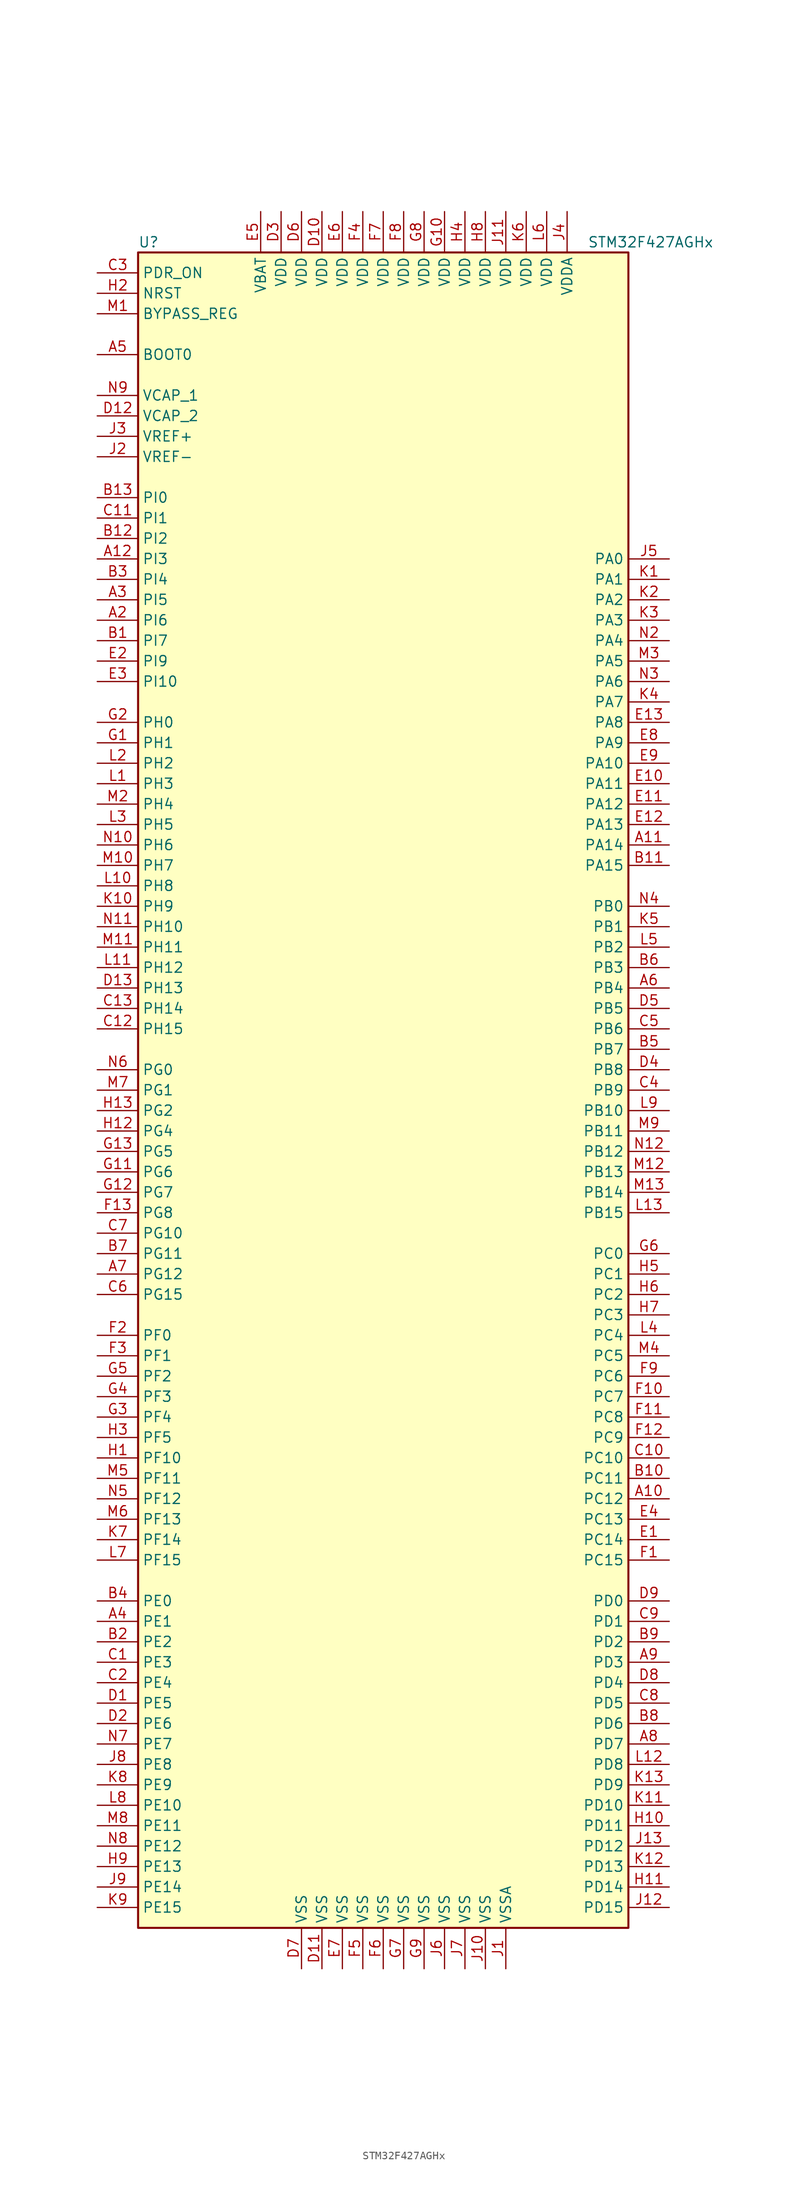
<source format=kicad_sym>
(kicad_symbol_lib
  (version 20201005)
  (generator kicad_symbol_editor)
  (symbol "MCU_ST_STM32F4:STM32F427AGHx"
    (property "Reference" "U"
      (at -30.48 105.41 0)
      (effects (font (size 1.27 1.27)) (justify left)))
    (property "Value" "STM32F427AGHx"
      (at 25.4 105.41 0)
      (effects (font (size 1.27 1.27)) (justify left)))
    (symbol "STM32F427AGHx_0_1"
      (rectangle (start -30.48 -104.14) (end 30.48 104.14) (stroke (width 0.254)) (fill (type background))))
    (symbol "STM32F427AGHx_1_1"
      (pin input line (at -35.56 91.44 0) (length 5.08) (name "BOOT0" (effects (font (size 1.27 1.27)))) (number "A5" (effects (font (size 1.27 1.27)))))
      (pin input line (at -35.56 96.52 0) (length 5.08) (name "BYPASS_REG" (effects (font (size 1.27 1.27)))) (number "M1" (effects (font (size 1.27 1.27)))))
      (pin no_connect line (at -30.48 -101.6 0) (length 5.08) hide (name "NC" (effects (font (size 1.27 1.27)))) (number "A1" (effects (font (size 1.27 1.27)))))
      (pin no_connect line (at -30.48 -99.06 0) (length 5.08) hide (name "NC" (effects (font (size 1.27 1.27)))) (number "A13" (effects (font (size 1.27 1.27)))))
      (pin no_connect line (at -30.48 -96.52 0) (length 5.08) hide (name "NC" (effects (font (size 1.27 1.27)))) (number "N1" (effects (font (size 1.27 1.27)))))
      (pin no_connect line (at -30.48 -93.98 0) (length 5.08) hide (name "NC" (effects (font (size 1.27 1.27)))) (number "N13" (effects (font (size 1.27 1.27)))))
      (pin input line (at -35.56 99.06 0) (length 5.08) (name "NRST" (effects (font (size 1.27 1.27)))) (number "H2" (effects (font (size 1.27 1.27)))))
      (pin bidirectional line (at 35.56 66.04 180) (length 5.08) (name "PA0" (effects (font (size 1.27 1.27)))) (number "J5" (effects (font (size 1.27 1.27)))))
      (pin bidirectional line (at 35.56 63.5 180) (length 5.08) (name "PA1" (effects (font (size 1.27 1.27)))) (number "K1" (effects (font (size 1.27 1.27)))))
      (pin bidirectional line (at 35.56 40.64 180) (length 5.08) (name "PA10" (effects (font (size 1.27 1.27)))) (number "E9" (effects (font (size 1.27 1.27)))))
      (pin bidirectional line (at 35.56 38.1 180) (length 5.08) (name "PA11" (effects (font (size 1.27 1.27)))) (number "E10" (effects (font (size 1.27 1.27)))))
      (pin bidirectional line (at 35.56 35.56 180) (length 5.08) (name "PA12" (effects (font (size 1.27 1.27)))) (number "E11" (effects (font (size 1.27 1.27)))))
      (pin bidirectional line (at 35.56 33.02 180) (length 5.08) (name "PA13" (effects (font (size 1.27 1.27)))) (number "E12" (effects (font (size 1.27 1.27)))))
      (pin bidirectional line (at 35.56 30.48 180) (length 5.08) (name "PA14" (effects (font (size 1.27 1.27)))) (number "A11" (effects (font (size 1.27 1.27)))))
      (pin bidirectional line (at 35.56 27.94 180) (length 5.08) (name "PA15" (effects (font (size 1.27 1.27)))) (number "B11" (effects (font (size 1.27 1.27)))))
      (pin bidirectional line (at 35.56 60.96 180) (length 5.08) (name "PA2" (effects (font (size 1.27 1.27)))) (number "K2" (effects (font (size 1.27 1.27)))))
      (pin bidirectional line (at 35.56 58.42 180) (length 5.08) (name "PA3" (effects (font (size 1.27 1.27)))) (number "K3" (effects (font (size 1.27 1.27)))))
      (pin bidirectional line (at 35.56 55.88 180) (length 5.08) (name "PA4" (effects (font (size 1.27 1.27)))) (number "N2" (effects (font (size 1.27 1.27)))))
      (pin bidirectional line (at 35.56 53.34 180) (length 5.08) (name "PA5" (effects (font (size 1.27 1.27)))) (number "M3" (effects (font (size 1.27 1.27)))))
      (pin bidirectional line (at 35.56 50.8 180) (length 5.08) (name "PA6" (effects (font (size 1.27 1.27)))) (number "N3" (effects (font (size 1.27 1.27)))))
      (pin bidirectional line (at 35.56 48.26 180) (length 5.08) (name "PA7" (effects (font (size 1.27 1.27)))) (number "K4" (effects (font (size 1.27 1.27)))))
      (pin bidirectional line (at 35.56 45.72 180) (length 5.08) (name "PA8" (effects (font (size 1.27 1.27)))) (number "E13" (effects (font (size 1.27 1.27)))))
      (pin bidirectional line (at 35.56 43.18 180) (length 5.08) (name "PA9" (effects (font (size 1.27 1.27)))) (number "E8" (effects (font (size 1.27 1.27)))))
      (pin bidirectional line (at 35.56 22.86 180) (length 5.08) (name "PB0" (effects (font (size 1.27 1.27)))) (number "N4" (effects (font (size 1.27 1.27)))))
      (pin bidirectional line (at 35.56 20.32 180) (length 5.08) (name "PB1" (effects (font (size 1.27 1.27)))) (number "K5" (effects (font (size 1.27 1.27)))))
      (pin bidirectional line (at 35.56 -2.54 180) (length 5.08) (name "PB10" (effects (font (size 1.27 1.27)))) (number "L9" (effects (font (size 1.27 1.27)))))
      (pin bidirectional line (at 35.56 -5.08 180) (length 5.08) (name "PB11" (effects (font (size 1.27 1.27)))) (number "M9" (effects (font (size 1.27 1.27)))))
      (pin bidirectional line (at 35.56 -7.62 180) (length 5.08) (name "PB12" (effects (font (size 1.27 1.27)))) (number "N12" (effects (font (size 1.27 1.27)))))
      (pin bidirectional line (at 35.56 -10.16 180) (length 5.08) (name "PB13" (effects (font (size 1.27 1.27)))) (number "M12" (effects (font (size 1.27 1.27)))))
      (pin bidirectional line (at 35.56 -12.7 180) (length 5.08) (name "PB14" (effects (font (size 1.27 1.27)))) (number "M13" (effects (font (size 1.27 1.27)))))
      (pin bidirectional line (at 35.56 -15.24 180) (length 5.08) (name "PB15" (effects (font (size 1.27 1.27)))) (number "L13" (effects (font (size 1.27 1.27)))))
      (pin bidirectional line (at 35.56 17.78 180) (length 5.08) (name "PB2" (effects (font (size 1.27 1.27)))) (number "L5" (effects (font (size 1.27 1.27)))))
      (pin bidirectional line (at 35.56 15.24 180) (length 5.08) (name "PB3" (effects (font (size 1.27 1.27)))) (number "B6" (effects (font (size 1.27 1.27)))))
      (pin bidirectional line (at 35.56 12.7 180) (length 5.08) (name "PB4" (effects (font (size 1.27 1.27)))) (number "A6" (effects (font (size 1.27 1.27)))))
      (pin bidirectional line (at 35.56 10.16 180) (length 5.08) (name "PB5" (effects (font (size 1.27 1.27)))) (number "D5" (effects (font (size 1.27 1.27)))))
      (pin bidirectional line (at 35.56 7.62 180) (length 5.08) (name "PB6" (effects (font (size 1.27 1.27)))) (number "C5" (effects (font (size 1.27 1.27)))))
      (pin bidirectional line (at 35.56 5.08 180) (length 5.08) (name "PB7" (effects (font (size 1.27 1.27)))) (number "B5" (effects (font (size 1.27 1.27)))))
      (pin bidirectional line (at 35.56 2.54 180) (length 5.08) (name "PB8" (effects (font (size 1.27 1.27)))) (number "D4" (effects (font (size 1.27 1.27)))))
      (pin bidirectional line (at 35.56 0 180) (length 5.08) (name "PB9" (effects (font (size 1.27 1.27)))) (number "C4" (effects (font (size 1.27 1.27)))))
      (pin bidirectional line (at 35.56 -20.32 180) (length 5.08) (name "PC0" (effects (font (size 1.27 1.27)))) (number "G6" (effects (font (size 1.27 1.27)))))
      (pin bidirectional line (at 35.56 -22.86 180) (length 5.08) (name "PC1" (effects (font (size 1.27 1.27)))) (number "H5" (effects (font (size 1.27 1.27)))))
      (pin bidirectional line (at 35.56 -45.72 180) (length 5.08) (name "PC10" (effects (font (size 1.27 1.27)))) (number "C10" (effects (font (size 1.27 1.27)))))
      (pin bidirectional line (at 35.56 -48.26 180) (length 5.08) (name "PC11" (effects (font (size 1.27 1.27)))) (number "B10" (effects (font (size 1.27 1.27)))))
      (pin bidirectional line (at 35.56 -50.8 180) (length 5.08) (name "PC12" (effects (font (size 1.27 1.27)))) (number "A10" (effects (font (size 1.27 1.27)))))
      (pin bidirectional line (at 35.56 -53.34 180) (length 5.08) (name "PC13" (effects (font (size 1.27 1.27)))) (number "E4" (effects (font (size 1.27 1.27)))))
      (pin bidirectional line (at 35.56 -55.88 180) (length 5.08) (name "PC14" (effects (font (size 1.27 1.27)))) (number "E1" (effects (font (size 1.27 1.27)))))
      (pin bidirectional line (at 35.56 -58.42 180) (length 5.08) (name "PC15" (effects (font (size 1.27 1.27)))) (number "F1" (effects (font (size 1.27 1.27)))))
      (pin bidirectional line (at 35.56 -25.4 180) (length 5.08) (name "PC2" (effects (font (size 1.27 1.27)))) (number "H6" (effects (font (size 1.27 1.27)))))
      (pin bidirectional line (at 35.56 -27.94 180) (length 5.08) (name "PC3" (effects (font (size 1.27 1.27)))) (number "H7" (effects (font (size 1.27 1.27)))))
      (pin bidirectional line (at 35.56 -30.48 180) (length 5.08) (name "PC4" (effects (font (size 1.27 1.27)))) (number "L4" (effects (font (size 1.27 1.27)))))
      (pin bidirectional line (at 35.56 -33.02 180) (length 5.08) (name "PC5" (effects (font (size 1.27 1.27)))) (number "M4" (effects (font (size 1.27 1.27)))))
      (pin bidirectional line (at 35.56 -35.56 180) (length 5.08) (name "PC6" (effects (font (size 1.27 1.27)))) (number "F9" (effects (font (size 1.27 1.27)))))
      (pin bidirectional line (at 35.56 -38.1 180) (length 5.08) (name "PC7" (effects (font (size 1.27 1.27)))) (number "F10" (effects (font (size 1.27 1.27)))))
      (pin bidirectional line (at 35.56 -40.64 180) (length 5.08) (name "PC8" (effects (font (size 1.27 1.27)))) (number "F11" (effects (font (size 1.27 1.27)))))
      (pin bidirectional line (at 35.56 -43.18 180) (length 5.08) (name "PC9" (effects (font (size 1.27 1.27)))) (number "F12" (effects (font (size 1.27 1.27)))))
      (pin bidirectional line (at 35.56 -63.5 180) (length 5.08) (name "PD0" (effects (font (size 1.27 1.27)))) (number "D9" (effects (font (size 1.27 1.27)))))
      (pin bidirectional line (at 35.56 -66.04 180) (length 5.08) (name "PD1" (effects (font (size 1.27 1.27)))) (number "C9" (effects (font (size 1.27 1.27)))))
      (pin bidirectional line (at 35.56 -88.9 180) (length 5.08) (name "PD10" (effects (font (size 1.27 1.27)))) (number "K11" (effects (font (size 1.27 1.27)))))
      (pin bidirectional line (at 35.56 -91.44 180) (length 5.08) (name "PD11" (effects (font (size 1.27 1.27)))) (number "H10" (effects (font (size 1.27 1.27)))))
      (pin bidirectional line (at 35.56 -93.98 180) (length 5.08) (name "PD12" (effects (font (size 1.27 1.27)))) (number "J13" (effects (font (size 1.27 1.27)))))
      (pin bidirectional line (at 35.56 -96.52 180) (length 5.08) (name "PD13" (effects (font (size 1.27 1.27)))) (number "K12" (effects (font (size 1.27 1.27)))))
      (pin bidirectional line (at 35.56 -99.06 180) (length 5.08) (name "PD14" (effects (font (size 1.27 1.27)))) (number "H11" (effects (font (size 1.27 1.27)))))
      (pin bidirectional line (at 35.56 -101.6 180) (length 5.08) (name "PD15" (effects (font (size 1.27 1.27)))) (number "J12" (effects (font (size 1.27 1.27)))))
      (pin bidirectional line (at 35.56 -68.58 180) (length 5.08) (name "PD2" (effects (font (size 1.27 1.27)))) (number "B9" (effects (font (size 1.27 1.27)))))
      (pin bidirectional line (at 35.56 -71.12 180) (length 5.08) (name "PD3" (effects (font (size 1.27 1.27)))) (number "A9" (effects (font (size 1.27 1.27)))))
      (pin bidirectional line (at 35.56 -73.66 180) (length 5.08) (name "PD4" (effects (font (size 1.27 1.27)))) (number "D8" (effects (font (size 1.27 1.27)))))
      (pin bidirectional line (at 35.56 -76.2 180) (length 5.08) (name "PD5" (effects (font (size 1.27 1.27)))) (number "C8" (effects (font (size 1.27 1.27)))))
      (pin bidirectional line (at 35.56 -78.74 180) (length 5.08) (name "PD6" (effects (font (size 1.27 1.27)))) (number "B8" (effects (font (size 1.27 1.27)))))
      (pin bidirectional line (at 35.56 -81.28 180) (length 5.08) (name "PD7" (effects (font (size 1.27 1.27)))) (number "A8" (effects (font (size 1.27 1.27)))))
      (pin bidirectional line (at 35.56 -83.82 180) (length 5.08) (name "PD8" (effects (font (size 1.27 1.27)))) (number "L12" (effects (font (size 1.27 1.27)))))
      (pin bidirectional line (at 35.56 -86.36 180) (length 5.08) (name "PD9" (effects (font (size 1.27 1.27)))) (number "K13" (effects (font (size 1.27 1.27)))))
      (pin input line (at -35.56 101.6 0) (length 5.08) (name "PDR_ON" (effects (font (size 1.27 1.27)))) (number "C3" (effects (font (size 1.27 1.27)))))
      (pin bidirectional line (at -35.56 -63.5 0) (length 5.08) (name "PE0" (effects (font (size 1.27 1.27)))) (number "B4" (effects (font (size 1.27 1.27)))))
      (pin bidirectional line (at -35.56 -66.04 0) (length 5.08) (name "PE1" (effects (font (size 1.27 1.27)))) (number "A4" (effects (font (size 1.27 1.27)))))
      (pin bidirectional line (at -35.56 -88.9 0) (length 5.08) (name "PE10" (effects (font (size 1.27 1.27)))) (number "L8" (effects (font (size 1.27 1.27)))))
      (pin bidirectional line (at -35.56 -91.44 0) (length 5.08) (name "PE11" (effects (font (size 1.27 1.27)))) (number "M8" (effects (font (size 1.27 1.27)))))
      (pin bidirectional line (at -35.56 -93.98 0) (length 5.08) (name "PE12" (effects (font (size 1.27 1.27)))) (number "N8" (effects (font (size 1.27 1.27)))))
      (pin bidirectional line (at -35.56 -96.52 0) (length 5.08) (name "PE13" (effects (font (size 1.27 1.27)))) (number "H9" (effects (font (size 1.27 1.27)))))
      (pin bidirectional line (at -35.56 -99.06 0) (length 5.08) (name "PE14" (effects (font (size 1.27 1.27)))) (number "J9" (effects (font (size 1.27 1.27)))))
      (pin bidirectional line (at -35.56 -101.6 0) (length 5.08) (name "PE15" (effects (font (size 1.27 1.27)))) (number "K9" (effects (font (size 1.27 1.27)))))
      (pin bidirectional line (at -35.56 -68.58 0) (length 5.08) (name "PE2" (effects (font (size 1.27 1.27)))) (number "B2" (effects (font (size 1.27 1.27)))))
      (pin bidirectional line (at -35.56 -71.12 0) (length 5.08) (name "PE3" (effects (font (size 1.27 1.27)))) (number "C1" (effects (font (size 1.27 1.27)))))
      (pin bidirectional line (at -35.56 -73.66 0) (length 5.08) (name "PE4" (effects (font (size 1.27 1.27)))) (number "C2" (effects (font (size 1.27 1.27)))))
      (pin bidirectional line (at -35.56 -76.2 0) (length 5.08) (name "PE5" (effects (font (size 1.27 1.27)))) (number "D1" (effects (font (size 1.27 1.27)))))
      (pin bidirectional line (at -35.56 -78.74 0) (length 5.08) (name "PE6" (effects (font (size 1.27 1.27)))) (number "D2" (effects (font (size 1.27 1.27)))))
      (pin bidirectional line (at -35.56 -81.28 0) (length 5.08) (name "PE7" (effects (font (size 1.27 1.27)))) (number "N7" (effects (font (size 1.27 1.27)))))
      (pin bidirectional line (at -35.56 -83.82 0) (length 5.08) (name "PE8" (effects (font (size 1.27 1.27)))) (number "J8" (effects (font (size 1.27 1.27)))))
      (pin bidirectional line (at -35.56 -86.36 0) (length 5.08) (name "PE9" (effects (font (size 1.27 1.27)))) (number "K8" (effects (font (size 1.27 1.27)))))
      (pin bidirectional line (at -35.56 -30.48 0) (length 5.08) (name "PF0" (effects (font (size 1.27 1.27)))) (number "F2" (effects (font (size 1.27 1.27)))))
      (pin bidirectional line (at -35.56 -33.02 0) (length 5.08) (name "PF1" (effects (font (size 1.27 1.27)))) (number "F3" (effects (font (size 1.27 1.27)))))
      (pin bidirectional line (at -35.56 -45.72 0) (length 5.08) (name "PF10" (effects (font (size 1.27 1.27)))) (number "H1" (effects (font (size 1.27 1.27)))))
      (pin bidirectional line (at -35.56 -48.26 0) (length 5.08) (name "PF11" (effects (font (size 1.27 1.27)))) (number "M5" (effects (font (size 1.27 1.27)))))
      (pin bidirectional line (at -35.56 -50.8 0) (length 5.08) (name "PF12" (effects (font (size 1.27 1.27)))) (number "N5" (effects (font (size 1.27 1.27)))))
      (pin bidirectional line (at -35.56 -53.34 0) (length 5.08) (name "PF13" (effects (font (size 1.27 1.27)))) (number "M6" (effects (font (size 1.27 1.27)))))
      (pin bidirectional line (at -35.56 -55.88 0) (length 5.08) (name "PF14" (effects (font (size 1.27 1.27)))) (number "K7" (effects (font (size 1.27 1.27)))))
      (pin bidirectional line (at -35.56 -58.42 0) (length 5.08) (name "PF15" (effects (font (size 1.27 1.27)))) (number "L7" (effects (font (size 1.27 1.27)))))
      (pin bidirectional line (at -35.56 -35.56 0) (length 5.08) (name "PF2" (effects (font (size 1.27 1.27)))) (number "G5" (effects (font (size 1.27 1.27)))))
      (pin bidirectional line (at -35.56 -38.1 0) (length 5.08) (name "PF3" (effects (font (size 1.27 1.27)))) (number "G4" (effects (font (size 1.27 1.27)))))
      (pin bidirectional line (at -35.56 -40.64 0) (length 5.08) (name "PF4" (effects (font (size 1.27 1.27)))) (number "G3" (effects (font (size 1.27 1.27)))))
      (pin bidirectional line (at -35.56 -43.18 0) (length 5.08) (name "PF5" (effects (font (size 1.27 1.27)))) (number "H3" (effects (font (size 1.27 1.27)))))
      (pin bidirectional line (at -35.56 2.54 0) (length 5.08) (name "PG0" (effects (font (size 1.27 1.27)))) (number "N6" (effects (font (size 1.27 1.27)))))
      (pin bidirectional line (at -35.56 0 0) (length 5.08) (name "PG1" (effects (font (size 1.27 1.27)))) (number "M7" (effects (font (size 1.27 1.27)))))
      (pin bidirectional line (at -35.56 -17.78 0) (length 5.08) (name "PG10" (effects (font (size 1.27 1.27)))) (number "C7" (effects (font (size 1.27 1.27)))))
      (pin bidirectional line (at -35.56 -20.32 0) (length 5.08) (name "PG11" (effects (font (size 1.27 1.27)))) (number "B7" (effects (font (size 1.27 1.27)))))
      (pin bidirectional line (at -35.56 -22.86 0) (length 5.08) (name "PG12" (effects (font (size 1.27 1.27)))) (number "A7" (effects (font (size 1.27 1.27)))))
      (pin bidirectional line (at -35.56 -25.4 0) (length 5.08) (name "PG15" (effects (font (size 1.27 1.27)))) (number "C6" (effects (font (size 1.27 1.27)))))
      (pin bidirectional line (at -35.56 -2.54 0) (length 5.08) (name "PG2" (effects (font (size 1.27 1.27)))) (number "H13" (effects (font (size 1.27 1.27)))))
      (pin bidirectional line (at -35.56 -5.08 0) (length 5.08) (name "PG4" (effects (font (size 1.27 1.27)))) (number "H12" (effects (font (size 1.27 1.27)))))
      (pin bidirectional line (at -35.56 -7.62 0) (length 5.08) (name "PG5" (effects (font (size 1.27 1.27)))) (number "G13" (effects (font (size 1.27 1.27)))))
      (pin bidirectional line (at -35.56 -10.16 0) (length 5.08) (name "PG6" (effects (font (size 1.27 1.27)))) (number "G11" (effects (font (size 1.27 1.27)))))
      (pin bidirectional line (at -35.56 -12.7 0) (length 5.08) (name "PG7" (effects (font (size 1.27 1.27)))) (number "G12" (effects (font (size 1.27 1.27)))))
      (pin bidirectional line (at -35.56 -15.24 0) (length 5.08) (name "PG8" (effects (font (size 1.27 1.27)))) (number "F13" (effects (font (size 1.27 1.27)))))
      (pin input line (at -35.56 45.72 0) (length 5.08) (name "PH0" (effects (font (size 1.27 1.27)))) (number "G2" (effects (font (size 1.27 1.27)))))
      (pin input line (at -35.56 43.18 0) (length 5.08) (name "PH1" (effects (font (size 1.27 1.27)))) (number "G1" (effects (font (size 1.27 1.27)))))
      (pin bidirectional line (at -35.56 20.32 0) (length 5.08) (name "PH10" (effects (font (size 1.27 1.27)))) (number "N11" (effects (font (size 1.27 1.27)))))
      (pin bidirectional line (at -35.56 17.78 0) (length 5.08) (name "PH11" (effects (font (size 1.27 1.27)))) (number "M11" (effects (font (size 1.27 1.27)))))
      (pin bidirectional line (at -35.56 15.24 0) (length 5.08) (name "PH12" (effects (font (size 1.27 1.27)))) (number "L11" (effects (font (size 1.27 1.27)))))
      (pin bidirectional line (at -35.56 12.7 0) (length 5.08) (name "PH13" (effects (font (size 1.27 1.27)))) (number "D13" (effects (font (size 1.27 1.27)))))
      (pin bidirectional line (at -35.56 10.16 0) (length 5.08) (name "PH14" (effects (font (size 1.27 1.27)))) (number "C13" (effects (font (size 1.27 1.27)))))
      (pin bidirectional line (at -35.56 7.62 0) (length 5.08) (name "PH15" (effects (font (size 1.27 1.27)))) (number "C12" (effects (font (size 1.27 1.27)))))
      (pin bidirectional line (at -35.56 40.64 0) (length 5.08) (name "PH2" (effects (font (size 1.27 1.27)))) (number "L2" (effects (font (size 1.27 1.27)))))
      (pin bidirectional line (at -35.56 38.1 0) (length 5.08) (name "PH3" (effects (font (size 1.27 1.27)))) (number "L1" (effects (font (size 1.27 1.27)))))
      (pin bidirectional line (at -35.56 35.56 0) (length 5.08) (name "PH4" (effects (font (size 1.27 1.27)))) (number "M2" (effects (font (size 1.27 1.27)))))
      (pin bidirectional line (at -35.56 33.02 0) (length 5.08) (name "PH5" (effects (font (size 1.27 1.27)))) (number "L3" (effects (font (size 1.27 1.27)))))
      (pin bidirectional line (at -35.56 30.48 0) (length 5.08) (name "PH6" (effects (font (size 1.27 1.27)))) (number "N10" (effects (font (size 1.27 1.27)))))
      (pin bidirectional line (at -35.56 27.94 0) (length 5.08) (name "PH7" (effects (font (size 1.27 1.27)))) (number "M10" (effects (font (size 1.27 1.27)))))
      (pin bidirectional line (at -35.56 25.4 0) (length 5.08) (name "PH8" (effects (font (size 1.27 1.27)))) (number "L10" (effects (font (size 1.27 1.27)))))
      (pin bidirectional line (at -35.56 22.86 0) (length 5.08) (name "PH9" (effects (font (size 1.27 1.27)))) (number "K10" (effects (font (size 1.27 1.27)))))
      (pin bidirectional line (at -35.56 73.66 0) (length 5.08) (name "PI0" (effects (font (size 1.27 1.27)))) (number "B13" (effects (font (size 1.27 1.27)))))
      (pin bidirectional line (at -35.56 71.12 0) (length 5.08) (name "PI1" (effects (font (size 1.27 1.27)))) (number "C11" (effects (font (size 1.27 1.27)))))
      (pin bidirectional line (at -35.56 50.8 0) (length 5.08) (name "PI10" (effects (font (size 1.27 1.27)))) (number "E3" (effects (font (size 1.27 1.27)))))
      (pin bidirectional line (at -35.56 68.58 0) (length 5.08) (name "PI2" (effects (font (size 1.27 1.27)))) (number "B12" (effects (font (size 1.27 1.27)))))
      (pin bidirectional line (at -35.56 66.04 0) (length 5.08) (name "PI3" (effects (font (size 1.27 1.27)))) (number "A12" (effects (font (size 1.27 1.27)))))
      (pin bidirectional line (at -35.56 63.5 0) (length 5.08) (name "PI4" (effects (font (size 1.27 1.27)))) (number "B3" (effects (font (size 1.27 1.27)))))
      (pin bidirectional line (at -35.56 60.96 0) (length 5.08) (name "PI5" (effects (font (size 1.27 1.27)))) (number "A3" (effects (font (size 1.27 1.27)))))
      (pin bidirectional line (at -35.56 58.42 0) (length 5.08) (name "PI6" (effects (font (size 1.27 1.27)))) (number "A2" (effects (font (size 1.27 1.27)))))
      (pin bidirectional line (at -35.56 55.88 0) (length 5.08) (name "PI7" (effects (font (size 1.27 1.27)))) (number "B1" (effects (font (size 1.27 1.27)))))
      (pin bidirectional line (at -35.56 53.34 0) (length 5.08) (name "PI9" (effects (font (size 1.27 1.27)))) (number "E2" (effects (font (size 1.27 1.27)))))
      (pin power_in line (at -15.24 109.22 270) (length 5.08) (name "VBAT" (effects (font (size 1.27 1.27)))) (number "E5" (effects (font (size 1.27 1.27)))))
      (pin power_in line (at -35.56 86.36 0) (length 5.08) (name "VCAP_1" (effects (font (size 1.27 1.27)))) (number "N9" (effects (font (size 1.27 1.27)))))
      (pin power_in line (at -35.56 83.82 0) (length 5.08) (name "VCAP_2" (effects (font (size 1.27 1.27)))) (number "D12" (effects (font (size 1.27 1.27)))))
      (pin power_in line (at -7.62 109.22 270) (length 5.08) (name "VDD" (effects (font (size 1.27 1.27)))) (number "D10" (effects (font (size 1.27 1.27)))))
      (pin power_in line (at -12.7 109.22 270) (length 5.08) (name "VDD" (effects (font (size 1.27 1.27)))) (number "D3" (effects (font (size 1.27 1.27)))))
      (pin power_in line (at -10.16 109.22 270) (length 5.08) (name "VDD" (effects (font (size 1.27 1.27)))) (number "D6" (effects (font (size 1.27 1.27)))))
      (pin power_in line (at -5.08 109.22 270) (length 5.08) (name "VDD" (effects (font (size 1.27 1.27)))) (number "E6" (effects (font (size 1.27 1.27)))))
      (pin power_in line (at -2.54 109.22 270) (length 5.08) (name "VDD" (effects (font (size 1.27 1.27)))) (number "F4" (effects (font (size 1.27 1.27)))))
      (pin power_in line (at 0 109.22 270) (length 5.08) (name "VDD" (effects (font (size 1.27 1.27)))) (number "F7" (effects (font (size 1.27 1.27)))))
      (pin power_in line (at 2.54 109.22 270) (length 5.08) (name "VDD" (effects (font (size 1.27 1.27)))) (number "F8" (effects (font (size 1.27 1.27)))))
      (pin power_in line (at 7.62 109.22 270) (length 5.08) (name "VDD" (effects (font (size 1.27 1.27)))) (number "G10" (effects (font (size 1.27 1.27)))))
      (pin power_in line (at 5.08 109.22 270) (length 5.08) (name "VDD" (effects (font (size 1.27 1.27)))) (number "G8" (effects (font (size 1.27 1.27)))))
      (pin power_in line (at 10.16 109.22 270) (length 5.08) (name "VDD" (effects (font (size 1.27 1.27)))) (number "H4" (effects (font (size 1.27 1.27)))))
      (pin power_in line (at 12.7 109.22 270) (length 5.08) (name "VDD" (effects (font (size 1.27 1.27)))) (number "H8" (effects (font (size 1.27 1.27)))))
      (pin power_in line (at 15.24 109.22 270) (length 5.08) (name "VDD" (effects (font (size 1.27 1.27)))) (number "J11" (effects (font (size 1.27 1.27)))))
      (pin power_in line (at 17.78 109.22 270) (length 5.08) (name "VDD" (effects (font (size 1.27 1.27)))) (number "K6" (effects (font (size 1.27 1.27)))))
      (pin power_in line (at 20.32 109.22 270) (length 5.08) (name "VDD" (effects (font (size 1.27 1.27)))) (number "L6" (effects (font (size 1.27 1.27)))))
      (pin power_in line (at 22.86 109.22 270) (length 5.08) (name "VDDA" (effects (font (size 1.27 1.27)))) (number "J4" (effects (font (size 1.27 1.27)))))
      (pin power_in line (at -35.56 81.28 0) (length 5.08) (name "VREF+" (effects (font (size 1.27 1.27)))) (number "J3" (effects (font (size 1.27 1.27)))))
      (pin power_in line (at -35.56 78.74 0) (length 5.08) (name "VREF-" (effects (font (size 1.27 1.27)))) (number "J2" (effects (font (size 1.27 1.27)))))
      (pin power_in line (at -7.62 -109.22 90) (length 5.08) (name "VSS" (effects (font (size 1.27 1.27)))) (number "D11" (effects (font (size 1.27 1.27)))))
      (pin power_in line (at -10.16 -109.22 90) (length 5.08) (name "VSS" (effects (font (size 1.27 1.27)))) (number "D7" (effects (font (size 1.27 1.27)))))
      (pin power_in line (at -5.08 -109.22 90) (length 5.08) (name "VSS" (effects (font (size 1.27 1.27)))) (number "E7" (effects (font (size 1.27 1.27)))))
      (pin power_in line (at -2.54 -109.22 90) (length 5.08) (name "VSS" (effects (font (size 1.27 1.27)))) (number "F5" (effects (font (size 1.27 1.27)))))
      (pin power_in line (at 0 -109.22 90) (length 5.08) (name "VSS" (effects (font (size 1.27 1.27)))) (number "F6" (effects (font (size 1.27 1.27)))))
      (pin power_in line (at 2.54 -109.22 90) (length 5.08) (name "VSS" (effects (font (size 1.27 1.27)))) (number "G7" (effects (font (size 1.27 1.27)))))
      (pin power_in line (at 5.08 -109.22 90) (length 5.08) (name "VSS" (effects (font (size 1.27 1.27)))) (number "G9" (effects (font (size 1.27 1.27)))))
      (pin power_in line (at 12.7 -109.22 90) (length 5.08) (name "VSS" (effects (font (size 1.27 1.27)))) (number "J10" (effects (font (size 1.27 1.27)))))
      (pin power_in line (at 7.62 -109.22 90) (length 5.08) (name "VSS" (effects (font (size 1.27 1.27)))) (number "J6" (effects (font (size 1.27 1.27)))))
      (pin power_in line (at 10.16 -109.22 90) (length 5.08) (name "VSS" (effects (font (size 1.27 1.27)))) (number "J7" (effects (font (size 1.27 1.27)))))
      (pin power_in line (at 15.24 -109.22 90) (length 5.08) (name "VSSA" (effects (font (size 1.27 1.27)))) (number "J1" (effects (font (size 1.27 1.27))))))))
</source>
